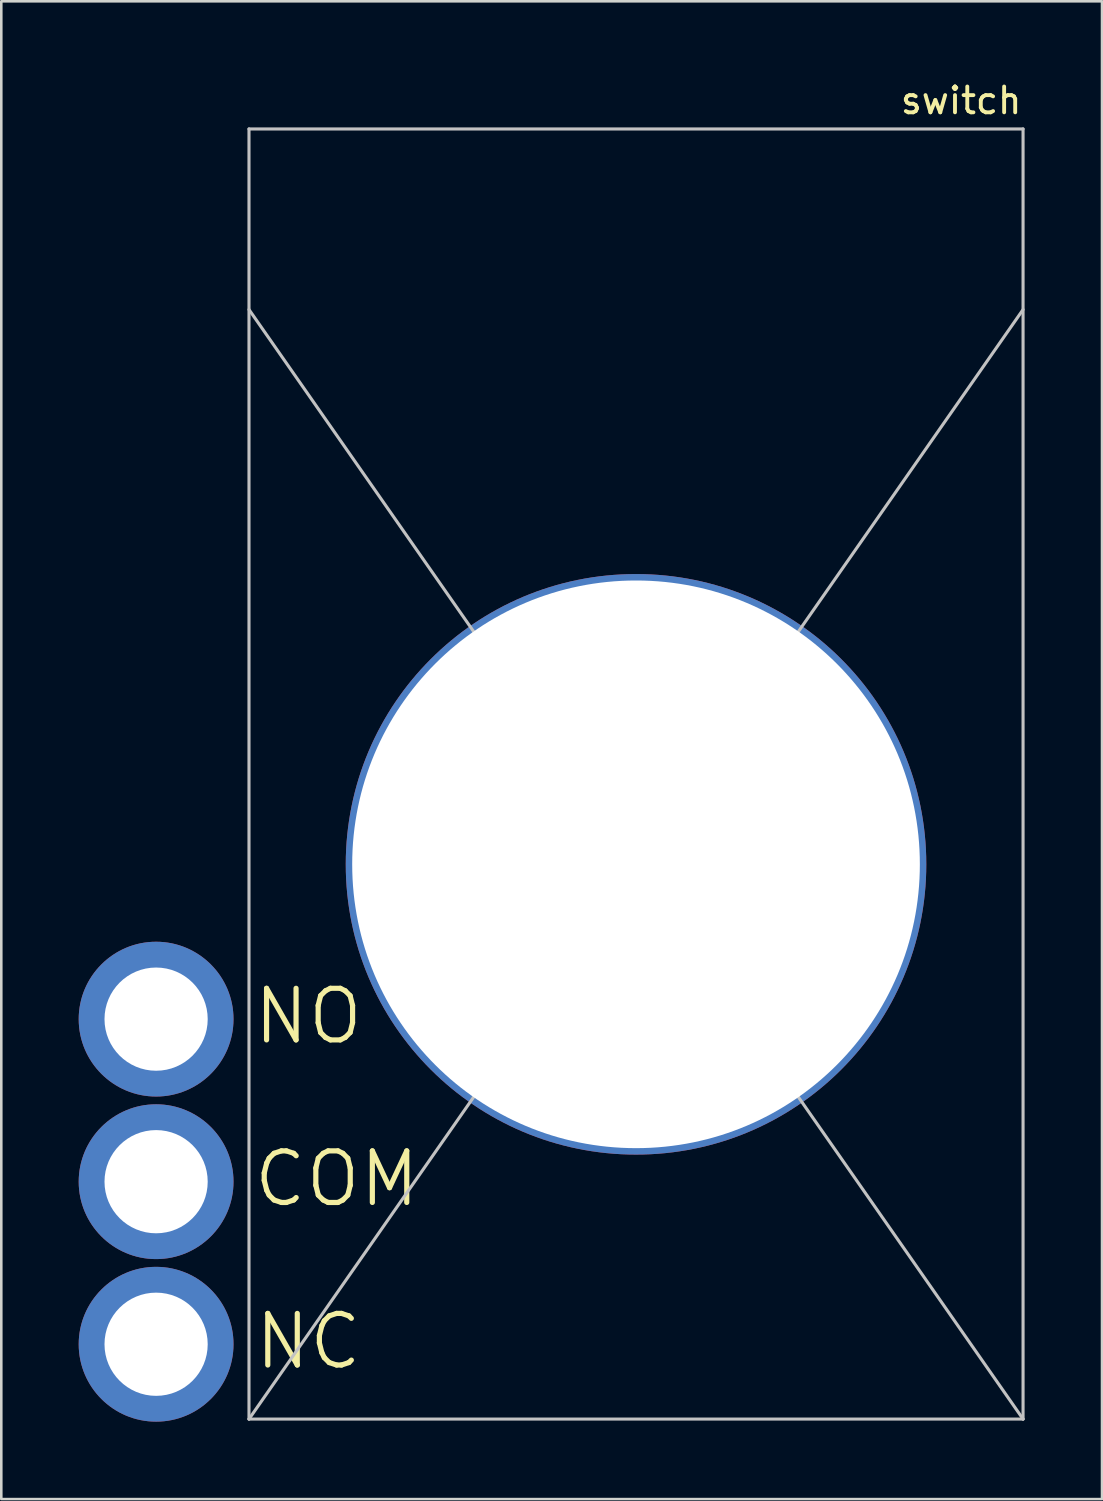
<source format=kicad_pcb>
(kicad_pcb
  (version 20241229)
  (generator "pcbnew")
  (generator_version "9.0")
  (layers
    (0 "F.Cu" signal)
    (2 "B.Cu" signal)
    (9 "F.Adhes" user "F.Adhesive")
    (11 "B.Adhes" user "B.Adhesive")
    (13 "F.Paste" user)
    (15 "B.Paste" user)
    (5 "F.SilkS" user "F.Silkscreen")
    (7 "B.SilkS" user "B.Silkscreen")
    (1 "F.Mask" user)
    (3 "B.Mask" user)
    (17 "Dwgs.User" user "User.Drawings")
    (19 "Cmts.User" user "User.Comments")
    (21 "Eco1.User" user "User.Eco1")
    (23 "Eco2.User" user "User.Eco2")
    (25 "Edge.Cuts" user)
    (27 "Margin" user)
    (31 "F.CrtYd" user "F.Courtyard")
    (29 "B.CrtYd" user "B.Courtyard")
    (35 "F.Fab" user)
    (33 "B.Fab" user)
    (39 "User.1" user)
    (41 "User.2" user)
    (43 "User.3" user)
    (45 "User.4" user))
  (footprint "switch"
    (layer "F.Cu")
    (at 21.6 26.948)
    (property "Reference" "switch" (at 12.6 -26.1 0) (layer "F.SilkS") (effects (font (size 1 1) (thickness 0.15))))
    (attr through_hole)
    (fp_line (start -15 -25) (end 15 -25) (stroke (width 0.12) (type solid)) (layer "Dwgs.User"))
    (fp_line (start -15 -18) (end 15 25) (stroke (width 0.12) (type solid)) (layer "Dwgs.User"))
    (fp_line (start -15 25) (end -15 -25) (stroke (width 0.12) (type solid)) (layer "Dwgs.User"))
    (fp_line (start -15 25) (end 15 25) (stroke (width 0.12) (type solid)) (layer "Dwgs.User"))
    (fp_line (start 15 -25) (end 15 25) (stroke (width 0.12) (type solid)) (layer "Dwgs.User"))
    (fp_line (start 15 -18) (end -15 25) (stroke (width 0.12) (type solid)) (layer "Dwgs.User"))
    (fp_text user "NC" (at -12.7 21.99 0) (layer "F.SilkS") (effects (font (size 2 2) (thickness 0.2))))
    (fp_text user "COM" (at -11.6 15.69 0) (layer "F.SilkS") (effects (font (size 2 2) (thickness 0.2))))
    (fp_text user "NO" (at -12.7 9.39 0) (layer "F.SilkS") (effects (font (size 2 2) (thickness 0.2))))
    (pad "" thru_hole circle (at 0 3.5) (size 22.5 22.5) (drill 22) (layers "*.Cu" "*.Mask"))
    (pad "1" thru_hole circle (at -18.6 22.1) (size 6 6) (drill 4) (layers "*.Cu" "*.Mask"))
    (pad "2" thru_hole circle (at -18.6 15.8) (size 6 6) (drill 4) (layers "*.Cu" "*.Mask"))
    (pad "3" thru_hole circle (at -18.6 9.5) (size 6 6) (drill 4) (layers "*.Cu" "*.Mask")))
  (gr_rect
    (start -3 -3)
    (end 39.66 55.048)
    (stroke (width 0.1) (type default))
    (fill no)
    (layer "Edge.Cuts")))
</source>
